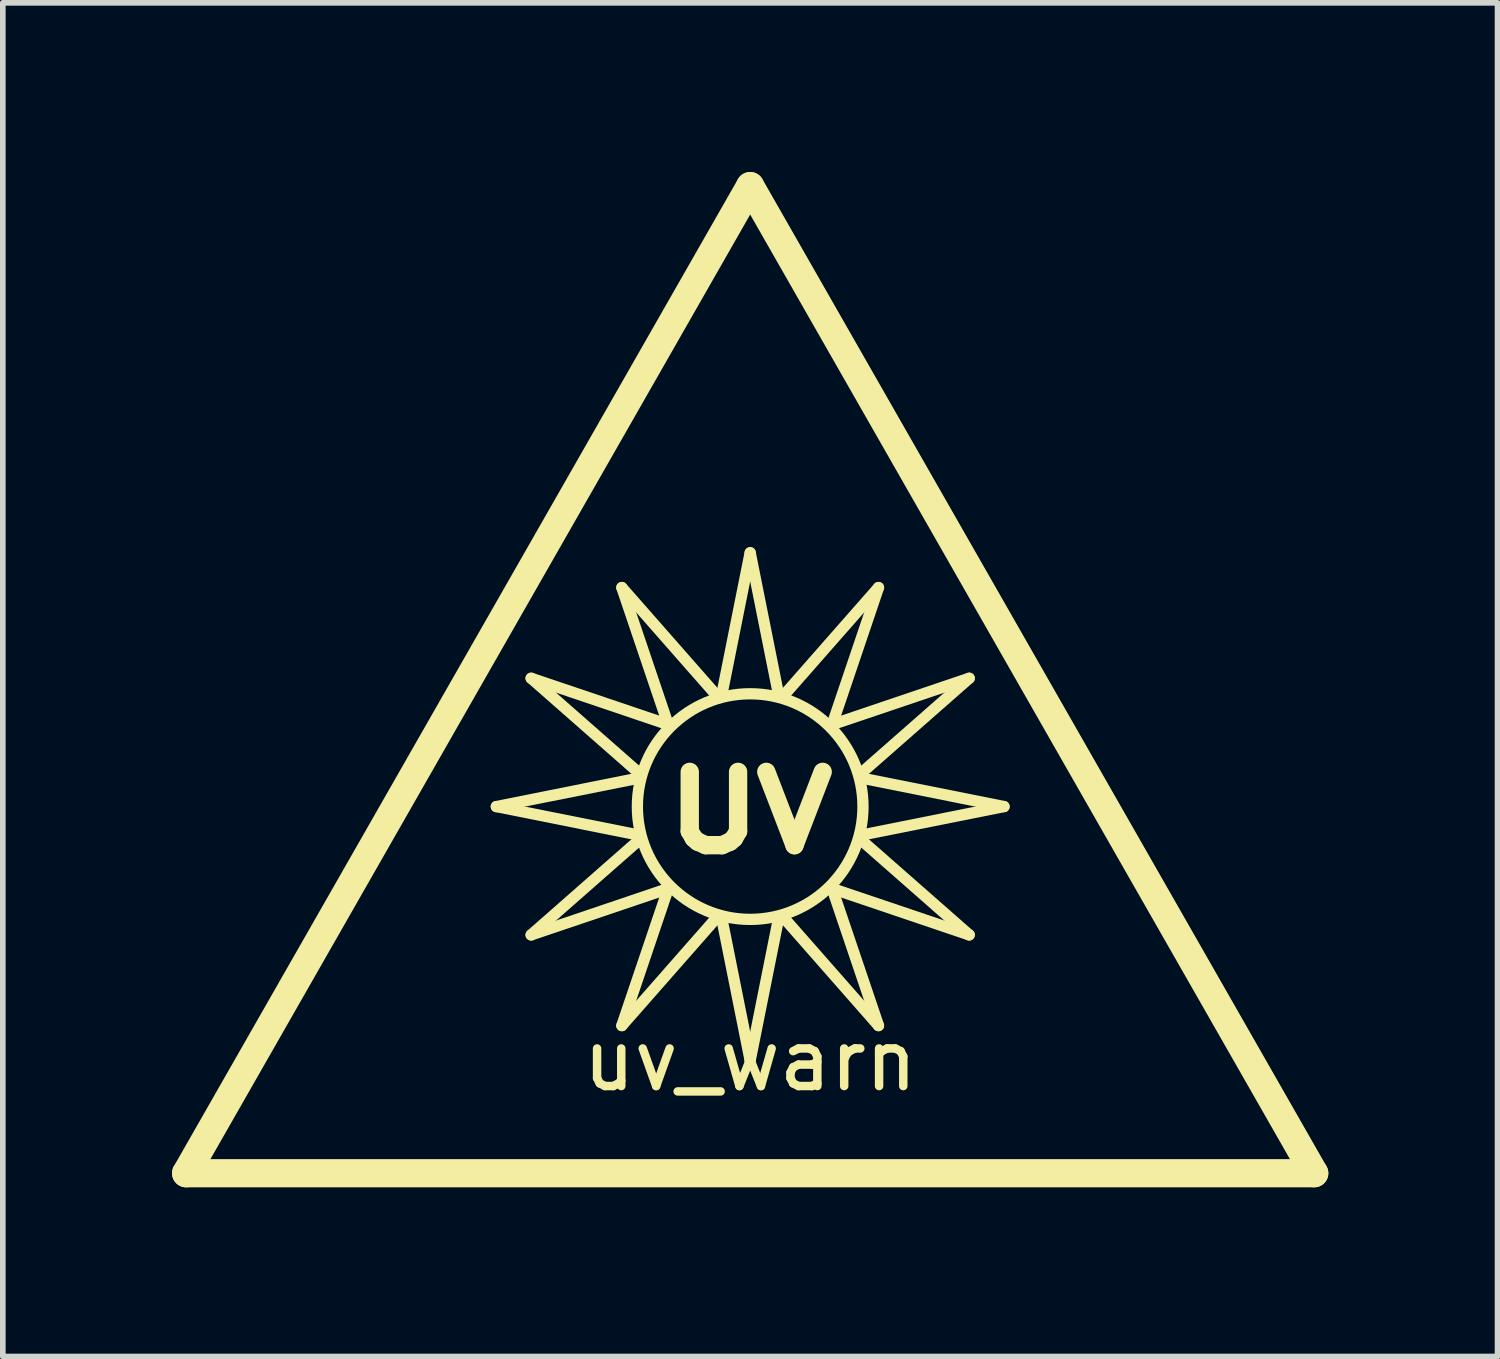
<source format=kicad_pcb>
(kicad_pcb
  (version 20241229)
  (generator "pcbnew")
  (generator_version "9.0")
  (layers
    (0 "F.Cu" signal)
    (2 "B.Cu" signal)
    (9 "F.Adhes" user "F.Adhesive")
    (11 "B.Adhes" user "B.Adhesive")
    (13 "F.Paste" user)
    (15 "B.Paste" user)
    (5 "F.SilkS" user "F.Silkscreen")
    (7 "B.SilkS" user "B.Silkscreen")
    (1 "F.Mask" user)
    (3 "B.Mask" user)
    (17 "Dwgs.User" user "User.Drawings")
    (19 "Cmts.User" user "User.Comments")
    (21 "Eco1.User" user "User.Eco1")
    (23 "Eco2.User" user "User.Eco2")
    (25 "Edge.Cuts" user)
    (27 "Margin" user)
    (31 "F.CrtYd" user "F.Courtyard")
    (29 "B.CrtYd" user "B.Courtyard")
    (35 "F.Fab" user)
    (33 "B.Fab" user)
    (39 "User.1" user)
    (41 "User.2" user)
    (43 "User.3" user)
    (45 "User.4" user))
  (footprint "uv_warn"
    (layer "F.Cu")
    (at 10.25 15.25)
    (property "Reference" "uv_warn" (at 0 0.5 0) (layer "F.SilkS") (effects (font (size 1 1) (thickness 0.15))))
    (attr through_hole)
    (fp_line (start -10 2.5) (end 10 2.5) (stroke (width 0.5) (type solid)) (layer "F.SilkS"))
    (fp_line (start -4.5 -4) (end -2 -4.5) (stroke (width 0.2) (type solid)) (layer "F.SilkS"))
    (fp_line (start -4.5 -4) (end -2 -3.5) (stroke (width 0.2) (type solid)) (layer "F.SilkS"))
    (fp_line (start -3.883 -6.275) (end -1.967 -4.592) (stroke (width 0.2) (type solid)) (layer "F.SilkS"))
    (fp_line (start -3.883 -6.275) (end -1.467 -5.458) (stroke (width 0.2) (type solid)) (layer "F.SilkS"))
    (fp_line (start -3.883 -1.725) (end -1.967 -3.408) (stroke (width 0.2) (type solid)) (layer "F.SilkS"))
    (fp_line (start -3.883 -1.725) (end -1.467 -2.542) (stroke (width 0.2) (type solid)) (layer "F.SilkS"))
    (fp_line (start -2.275 -7.883) (end -1.458 -5.467) (stroke (width 0.2) (type solid)) (layer "F.SilkS"))
    (fp_line (start -2.275 -7.883) (end -0.592 -5.967) (stroke (width 0.2) (type solid)) (layer "F.SilkS"))
    (fp_line (start -2.275 -0.117) (end -1.458 -2.533) (stroke (width 0.2) (type solid)) (layer "F.SilkS"))
    (fp_line (start -2.275 -0.117) (end -0.592 -2.033) (stroke (width 0.2) (type solid)) (layer "F.SilkS"))
    (fp_line (start 0 -15) (end -10 2.5) (stroke (width 0.5) (type solid)) (layer "F.SilkS"))
    (fp_line (start 0 -8.5) (end -0.5 -6) (stroke (width 0.2) (type solid)) (layer "F.SilkS"))
    (fp_line (start 0 -8.5) (end 0.5 -6) (stroke (width 0.2) (type solid)) (layer "F.SilkS"))
    (fp_line (start 0 0.5) (end -0.5 -2) (stroke (width 0.2) (type solid)) (layer "F.SilkS"))
    (fp_line (start 0 0.5) (end 0.5 -2) (stroke (width 0.2) (type solid)) (layer "F.SilkS"))
    (fp_line (start 2.275 -7.883) (end 0.592 -5.967) (stroke (width 0.2) (type solid)) (layer "F.SilkS"))
    (fp_line (start 2.275 -7.883) (end 1.458 -5.467) (stroke (width 0.2) (type solid)) (layer "F.SilkS"))
    (fp_line (start 2.275 -0.117) (end 0.592 -2.033) (stroke (width 0.2) (type solid)) (layer "F.SilkS"))
    (fp_line (start 2.275 -0.117) (end 1.458 -2.533) (stroke (width 0.2) (type solid)) (layer "F.SilkS"))
    (fp_line (start 3.883 -6.275) (end 1.467 -5.458) (stroke (width 0.2) (type solid)) (layer "F.SilkS"))
    (fp_line (start 3.883 -6.275) (end 1.967 -4.592) (stroke (width 0.2) (type solid)) (layer "F.SilkS"))
    (fp_line (start 3.883 -1.725) (end 1.467 -2.542) (stroke (width 0.2) (type solid)) (layer "F.SilkS"))
    (fp_line (start 3.883 -1.725) (end 1.967 -3.408) (stroke (width 0.2) (type solid)) (layer "F.SilkS"))
    (fp_line (start 4.5 -4) (end 2 -4.5) (stroke (width 0.2) (type solid)) (layer "F.SilkS"))
    (fp_line (start 4.5 -4) (end 2 -3.5) (stroke (width 0.2) (type solid)) (layer "F.SilkS"))
    (fp_line (start 10 2.5) (end 0 -15) (stroke (width 0.5) (type solid)) (layer "F.SilkS"))
    (fp_circle (center 0 -4) (end 2 -4) (stroke (width 0.2) (type solid)) (fill no) (layer "F.SilkS"))
    (fp_text user "UV" (at 0 -3.9 0) (unlocked yes) (layer "F.SilkS") (effects (font (size 1.3 1.5) (thickness 0.325)))))
  (gr_rect
    (start -3 -3)
    (end 23.5 21)
    (stroke (width 0.1) (type default))
    (fill no)
    (layer "Edge.Cuts")))
</source>
